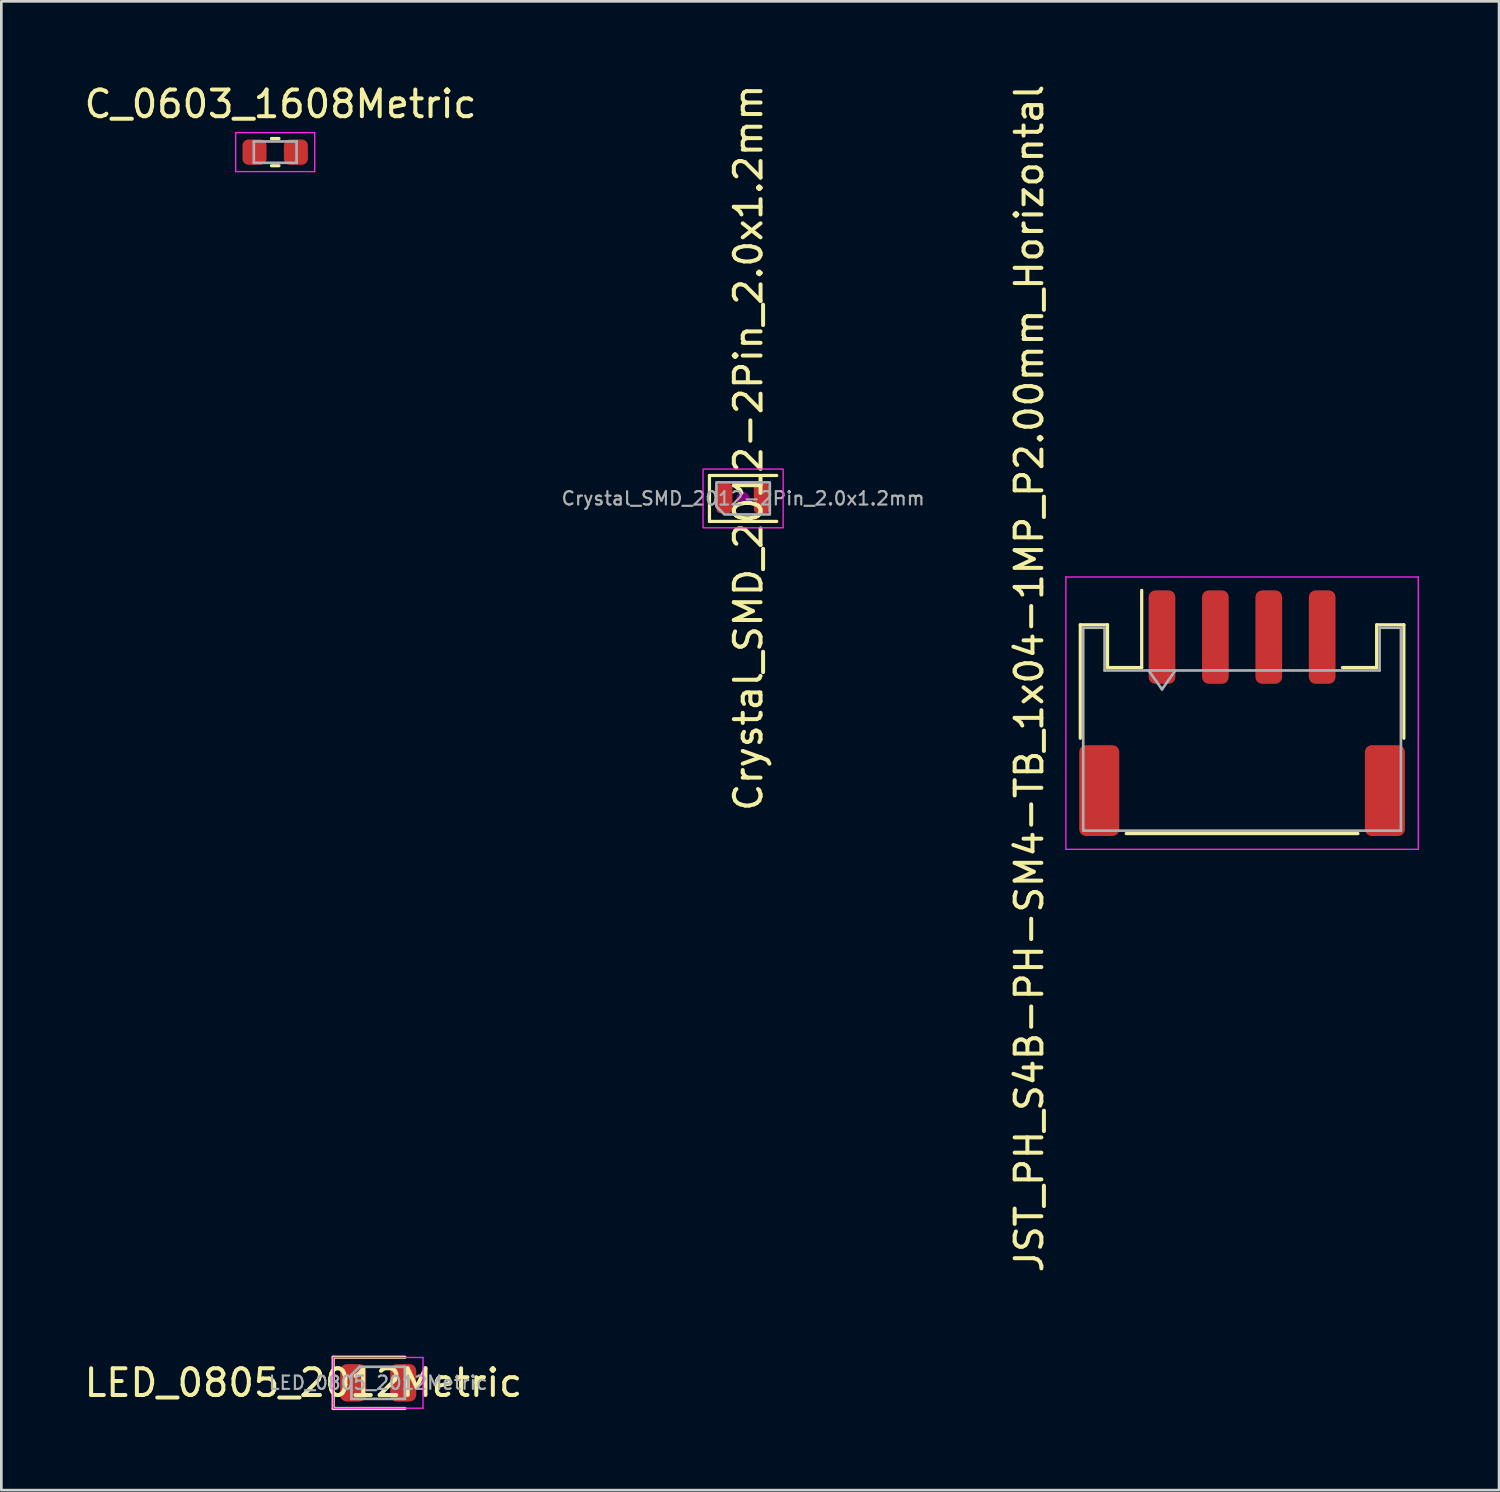
<source format=kicad_pcb>
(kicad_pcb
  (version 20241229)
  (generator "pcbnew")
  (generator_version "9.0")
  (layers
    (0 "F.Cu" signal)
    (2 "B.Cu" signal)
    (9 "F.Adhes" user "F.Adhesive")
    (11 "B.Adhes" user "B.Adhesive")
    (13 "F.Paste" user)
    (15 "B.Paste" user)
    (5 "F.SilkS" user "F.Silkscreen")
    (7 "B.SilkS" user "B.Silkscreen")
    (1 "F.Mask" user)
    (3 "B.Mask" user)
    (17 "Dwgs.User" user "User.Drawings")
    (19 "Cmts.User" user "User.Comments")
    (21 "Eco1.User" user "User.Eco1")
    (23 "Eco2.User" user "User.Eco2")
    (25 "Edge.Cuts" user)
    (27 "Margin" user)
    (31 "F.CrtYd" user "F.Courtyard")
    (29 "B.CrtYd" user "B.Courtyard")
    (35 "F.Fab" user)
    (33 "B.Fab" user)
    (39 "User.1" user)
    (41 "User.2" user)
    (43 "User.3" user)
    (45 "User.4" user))
  (footprint "LED_0805_2012Metric"
    (layer "F.Cu")
    (at 11.115 48.746)
    (property "Reference" "LED_0805_2012Metric" (at -2.8 0 180) (layer "F.SilkS") (effects (font (size 1 1) (thickness 0.15))))
    (attr smd)
    (fp_line (start -1.685 -0.96) (end -1.685 0.96) (stroke (width 0.12) (type solid)) (layer "F.SilkS"))
    (fp_line (start -1.685 0.96) (end 1 0.96) (stroke (width 0.12) (type solid)) (layer "F.SilkS"))
    (fp_line (start 1 -0.96) (end -1.685 -0.96) (stroke (width 0.12) (type solid)) (layer "F.SilkS"))
    (fp_line (start -1.68 -0.95) (end 1.68 -0.95) (stroke (width 0.05) (type solid)) (layer "F.CrtYd"))
    (fp_line (start -1.68 0.95) (end -1.68 -0.95) (stroke (width 0.05) (type solid)) (layer "F.CrtYd"))
    (fp_line (start 1.68 -0.95) (end 1.68 0.95) (stroke (width 0.05) (type solid)) (layer "F.CrtYd"))
    (fp_line (start 1.68 0.95) (end -1.68 0.95) (stroke (width 0.05) (type solid)) (layer "F.CrtYd"))
    (fp_line (start -1 -0.3) (end -1 0.6) (stroke (width 0.1) (type solid)) (layer "F.Fab"))
    (fp_line (start -1 0.6) (end 1 0.6) (stroke (width 0.1) (type solid)) (layer "F.Fab"))
    (fp_line (start -0.7 -0.6) (end -1 -0.3) (stroke (width 0.1) (type solid)) (layer "F.Fab"))
    (fp_line (start 1 -0.6) (end -0.7 -0.6) (stroke (width 0.1) (type solid)) (layer "F.Fab"))
    (fp_line (start 1 0.6) (end 1 -0.6) (stroke (width 0.1) (type solid)) (layer "F.Fab"))
    (fp_text user "${REFERENCE}" (at 0 0 180) (layer "F.Fab") (effects (font (size 0.5 0.5) (thickness 0.08))))
    (pad "1" smd roundrect (at -0.938 0) (size 0.975 1.4) (layers "F.Cu" "F.Mask" "F.Paste") (roundrect_rratio 0.25))
    (pad "2" smd roundrect (at 0.938 0) (size 0.975 1.4) (layers "F.Cu" "F.Mask" "F.Paste") (roundrect_rratio 0.25)))
  (footprint "C_0603_1608Metric"
    (layer "F.Cu")
    (at 7.258 2.648)
    (property "Reference" "C_0603_1608Metric" (at 0.2 -1.8 0) (layer "F.SilkS") (effects (font (size 1 1) (thickness 0.15))))
    (attr smd)
    (fp_line (start -0.141 -0.51) (end 0.141 -0.51) (stroke (width 0.12) (type solid)) (layer "F.SilkS"))
    (fp_line (start -0.141 0.51) (end 0.141 0.51) (stroke (width 0.12) (type solid)) (layer "F.SilkS"))
    (fp_line (start -1.48 -0.73) (end 1.48 -0.73) (stroke (width 0.05) (type solid)) (layer "F.CrtYd"))
    (fp_line (start -1.48 0.73) (end -1.48 -0.73) (stroke (width 0.05) (type solid)) (layer "F.CrtYd"))
    (fp_line (start 1.48 -0.73) (end 1.48 0.73) (stroke (width 0.05) (type solid)) (layer "F.CrtYd"))
    (fp_line (start 1.48 0.73) (end -1.48 0.73) (stroke (width 0.05) (type solid)) (layer "F.CrtYd"))
    (fp_line (start -0.8 -0.4) (end 0.8 -0.4) (stroke (width 0.1) (type solid)) (layer "F.Fab"))
    (fp_line (start -0.8 0.4) (end -0.8 -0.4) (stroke (width 0.1) (type solid)) (layer "F.Fab"))
    (fp_line (start 0.8 -0.4) (end 0.8 0.4) (stroke (width 0.1) (type solid)) (layer "F.Fab"))
    (fp_line (start 0.8 0.4) (end -0.8 0.4) (stroke (width 0.1) (type solid)) (layer "F.Fab"))
    (pad "1" smd roundrect (at -0.775 0) (size 0.9 0.95) (layers "F.Cu" "F.Mask" "F.Paste") (roundrect_rratio 0.25))
    (pad "2" smd roundrect (at 0.775 0) (size 0.9 0.95) (layers "F.Cu" "F.Mask" "F.Paste") (roundrect_rratio 0.25)))
  (footprint "JST_PH_S4B-PH-SM4-TB_1x04-1MP_P2.00mm_Horizontal"
    (layer "F.Cu")
    (at 43.474 23.663)
    (property "Reference" "JST_PH_S4B-PH-SM4-TB_1x04-1MP_P2.00mm_Horizontal" (at -7.973 -1.3 90) (layer "F.SilkS") (effects (font (size 1 1) (thickness 0.15))))
    (attr smd)
    (fp_line (start -6.06 -3.31) (end -5.04 -3.31) (stroke (width 0.12) (type solid)) (layer "F.SilkS"))
    (fp_line (start -6.06 0.94) (end -6.06 -3.31) (stroke (width 0.12) (type solid)) (layer "F.SilkS"))
    (fp_line (start -5.04 -3.31) (end -5.04 -1.71) (stroke (width 0.12) (type solid)) (layer "F.SilkS"))
    (fp_line (start -5.04 -1.71) (end -3.76 -1.71) (stroke (width 0.12) (type solid)) (layer "F.SilkS"))
    (fp_line (start -4.34 4.51) (end 4.34 4.51) (stroke (width 0.12) (type solid)) (layer "F.SilkS"))
    (fp_line (start -3.76 -1.71) (end -3.76 -4.6) (stroke (width 0.12) (type solid)) (layer "F.SilkS"))
    (fp_line (start 5.04 -3.31) (end 5.04 -1.71) (stroke (width 0.12) (type solid)) (layer "F.SilkS"))
    (fp_line (start 5.04 -1.71) (end 3.76 -1.71) (stroke (width 0.12) (type solid)) (layer "F.SilkS"))
    (fp_line (start 6.06 -3.31) (end 5.04 -3.31) (stroke (width 0.12) (type solid)) (layer "F.SilkS"))
    (fp_line (start 6.06 0.94) (end 6.06 -3.31) (stroke (width 0.12) (type solid)) (layer "F.SilkS"))
    (fp_line (start -6.6 -5.1) (end -6.6 5.1) (stroke (width 0.05) (type solid)) (layer "F.CrtYd"))
    (fp_line (start -6.6 5.1) (end 6.6 5.1) (stroke (width 0.05) (type solid)) (layer "F.CrtYd"))
    (fp_line (start 6.6 -5.1) (end -6.6 -5.1) (stroke (width 0.05) (type solid)) (layer "F.CrtYd"))
    (fp_line (start 6.6 5.1) (end 6.6 -5.1) (stroke (width 0.05) (type solid)) (layer "F.CrtYd"))
    (fp_line (start -5.95 -3.2) (end -5.95 4.4) (stroke (width 0.1) (type solid)) (layer "F.Fab"))
    (fp_line (start -5.95 -3.2) (end -5.15 -3.2) (stroke (width 0.1) (type solid)) (layer "F.Fab"))
    (fp_line (start -5.95 4.4) (end 5.95 4.4) (stroke (width 0.1) (type solid)) (layer "F.Fab"))
    (fp_line (start -5.15 -3.2) (end -5.15 -1.6) (stroke (width 0.1) (type solid)) (layer "F.Fab"))
    (fp_line (start -5.15 -1.6) (end 5.15 -1.6) (stroke (width 0.1) (type solid)) (layer "F.Fab"))
    (fp_line (start -3.5 -1.6) (end -3 -0.893) (stroke (width 0.1) (type solid)) (layer "F.Fab"))
    (fp_line (start -3 -0.893) (end -2.5 -1.6) (stroke (width 0.1) (type solid)) (layer "F.Fab"))
    (fp_line (start 5.15 -3.2) (end 5.95 -3.2) (stroke (width 0.1) (type solid)) (layer "F.Fab"))
    (fp_line (start 5.15 -1.6) (end 5.15 -3.2) (stroke (width 0.1) (type solid)) (layer "F.Fab"))
    (fp_line (start 5.95 -3.2) (end 5.95 4.4) (stroke (width 0.1) (type solid)) (layer "F.Fab"))
    (pad "1" smd roundrect (at -3 -2.85) (size 1 3.5) (layers "F.Cu" "F.Mask" "F.Paste") (roundrect_rratio 0.25))
    (pad "2" smd roundrect (at -1 -2.85) (size 1 3.5) (layers "F.Cu" "F.Mask" "F.Paste") (roundrect_rratio 0.25))
    (pad "3" smd roundrect (at 1 -2.85) (size 1 3.5) (layers "F.Cu" "F.Mask" "F.Paste") (roundrect_rratio 0.25))
    (pad "4" smd roundrect (at 3 -2.85) (size 1 3.5) (layers "F.Cu" "F.Mask" "F.Paste") (roundrect_rratio 0.25))
    (pad "MP" smd roundrect (at -5.35 2.9) (size 1.5 3.4) (layers "F.Cu" "F.Mask" "F.Paste") (roundrect_rratio 0.167))
    (pad "MP" smd roundrect (at 5.35 2.9) (size 1.5 3.4) (layers "F.Cu" "F.Mask" "F.Paste") (roundrect_rratio 0.167)))
  (footprint "Crystal_SMD_2012-2Pin_2.0x1.2mm"
    (layer "F.Cu")
    (at 24.784 15.62)
    (property "Reference" "Crystal_SMD_2012-2Pin_2.0x1.2mm" (at 0.198 -1.9 90) (layer "F.SilkS") (effects (font (size 1 1) (thickness 0.15))))
    (attr smd)
    (fp_line (start -1.26 -0.86) (end -1.26 0.86) (stroke (width 0.12) (type solid)) (layer "F.SilkS"))
    (fp_line (start -1.26 0.86) (end 1.26 0.86) (stroke (width 0.12) (type solid)) (layer "F.SilkS"))
    (fp_line (start 1.26 -0.86) (end -1.26 -0.86) (stroke (width 0.12) (type solid)) (layer "F.SilkS"))
    (fp_circle (center 0 0) (end 0.2 0) (stroke (width 0.1) (type solid)) (fill yes) (layer "F.Adhes"))
    (fp_rect (start -1.5 -1.1) (end 1.5 1.1) (stroke (width 0.05) (type solid)) (fill no) (layer "F.CrtYd"))
    (fp_poly (pts (xy -1 -0.6) (xy -1 0.3) (xy -0.7 0.6) (xy 1 0.6) (xy 1 -0.6)) (stroke (width 0.1) (type solid)) (fill no) (layer "F.Fab"))
    (fp_text user "${REFERENCE}" (at 0 0 0) (layer "F.Fab") (effects (font (size 0.5 0.5) (thickness 0.08))))
    (pad "1" smd roundrect (at -0.7 0) (size 0.6 1.1) (layers "F.Cu" "F.Mask" "F.Paste") (roundrect_rratio 0.25))
    (pad "2" smd roundrect (at 0.7 0) (size 0.6 1.1) (layers "F.Cu" "F.Mask" "F.Paste") (roundrect_rratio 0.25)))
  (gr_rect
    (start -3 -3)
    (end 53.099 52.766)
    (stroke (width 0.1) (type default))
    (fill no)
    (layer "Edge.Cuts")))
</source>
